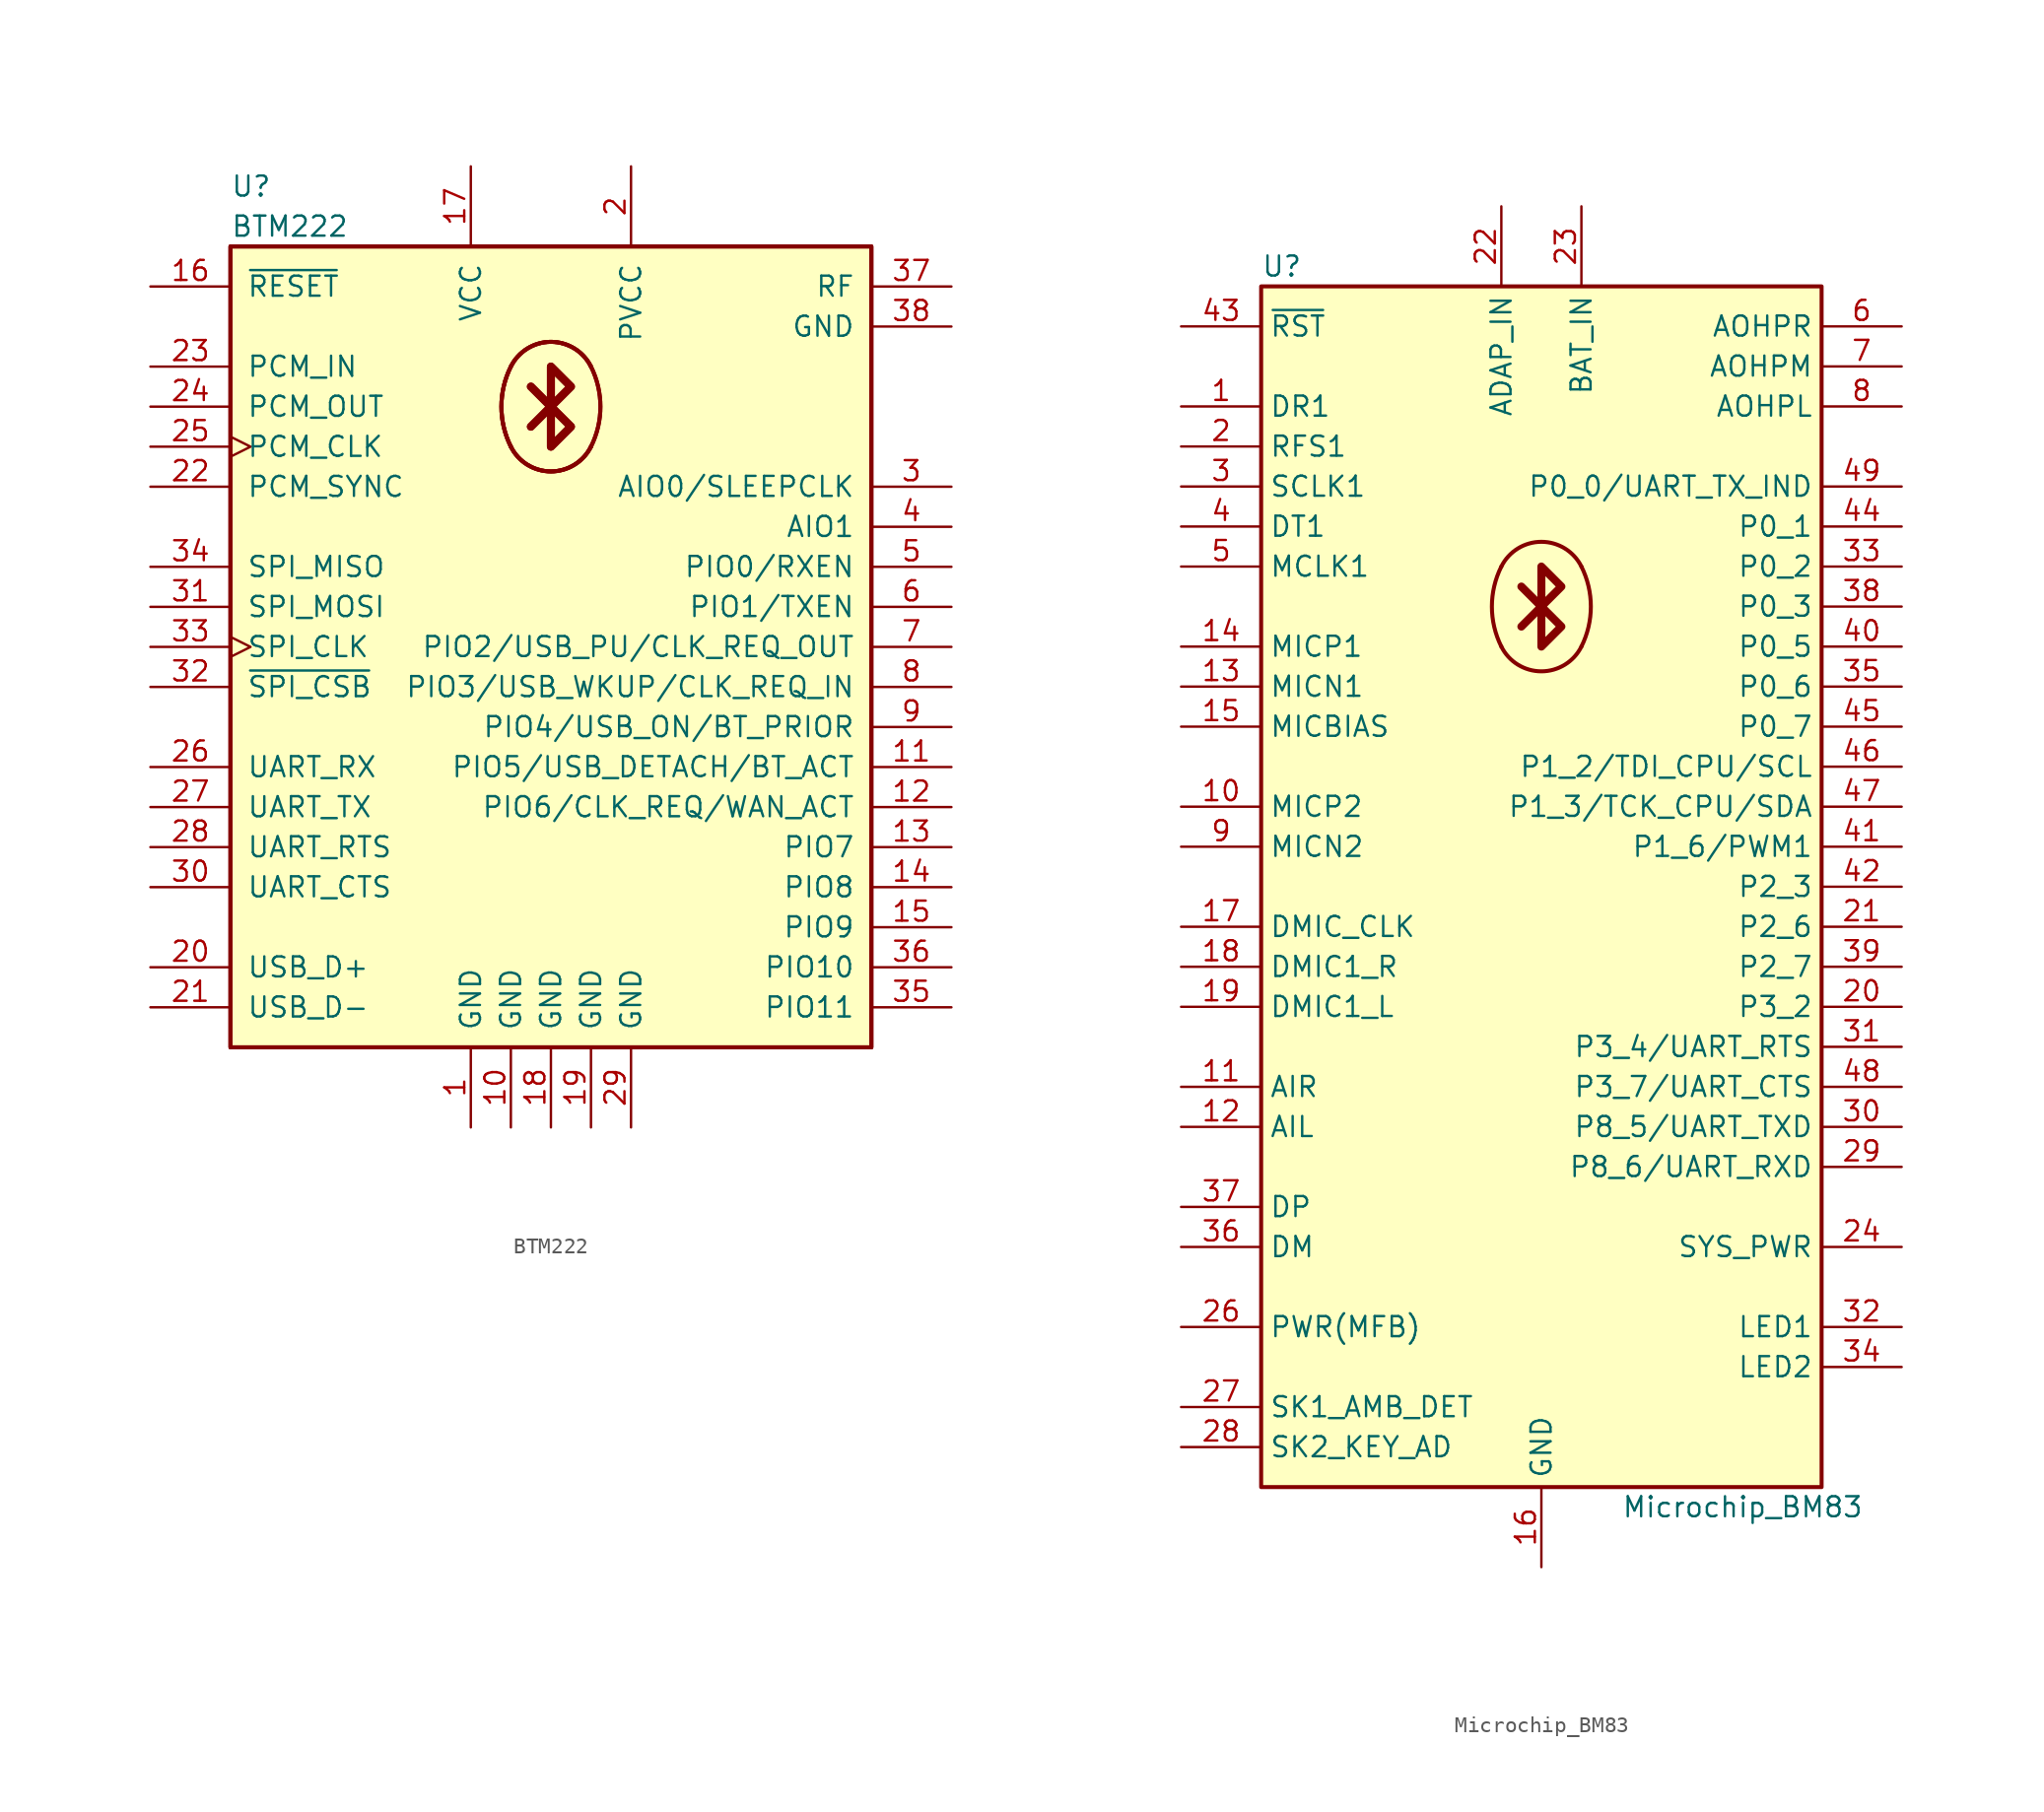
<source format=kicad_sym>
(kicad_symbol_lib
  (version 20241209)
  (generator "kicad_symbol_editor")
  (generator_version "9.0")
  (symbol "BTM222"
    (pin_names
      (offset 1.016))
    (property "Reference" "U"
      (at -20.32 29.21 0)
      (effects (font (size 1.27 1.27)) (justify left)))
    (property "Value" "BTM222"
      (at -20.32 26.67 0)
      (effects (font (size 1.27 1.27)) (justify left)))
    (symbol "BTM222_0_1"
      (rectangle (start -20.32 25.4) (end 20.32 -25.4) (stroke (width 0.254) (type default)) (fill (type background)))
      (rectangle (start -20.32 25.4) (end 20.32 -25.4) (stroke (width 0.254) (type default)) (fill (type background)))
      (rectangle (start -20.32 25.4) (end 20.32 -25.4) (stroke (width 0.254) (type default)) (fill (type background)))
      (arc (start 2.54 17.78) (mid 3.1396 15.24) (end 2.54 12.7) (stroke (width 0.254) (type default)) (fill (type background)))
      (arc (start 2.54 17.78) (mid 3.1396 15.24) (end 2.54 12.7) (stroke (width 0.254) (type default)) (fill (type background)))
      (polyline (pts (xy 0 17.78) (xy 1.27 16.51) (xy 0 15.24) (xy 1.27 13.97) (xy 0 12.7) (xy 0 17.78)) (stroke (width 0.508) (type default)) (fill (type none)))
      (polyline (pts (xy 0 17.78) (xy 1.27 16.51) (xy 0 15.24) (xy 1.27 13.97) (xy 0 12.7) (xy 0 17.78)) (stroke (width 0.508) (type default)) (fill (type none)))
      (arc (start -2.54 17.78) (mid 0 19.3498) (end 2.54 17.78) (stroke (width 0.254) (type default)) (fill (type background)))
      (arc (start -2.54 17.78) (mid 0 19.3498) (end 2.54 17.78) (stroke (width 0.254) (type default)) (fill (type background)))
      (arc (start -2.54 17.78) (mid 0 19.3498) (end 2.54 17.78) (stroke (width 0.254) (type default)) (fill (type background)))
      (polyline (pts (xy 0 15.24) (xy -1.27 16.51)) (stroke (width 0.508) (type default)) (fill (type none)))
      (polyline (pts (xy 0 15.24) (xy -1.27 16.51)) (stroke (width 0.508) (type default)) (fill (type none)))
      (polyline (pts (xy 0 15.24) (xy -1.27 13.97)) (stroke (width 0.508) (type default)) (fill (type none)))
      (polyline (pts (xy 0 15.24) (xy -1.27 13.97)) (stroke (width 0.508) (type default)) (fill (type none)))
      (arc (start 2.54 12.7) (mid 0 11.1302) (end -2.54 12.7) (stroke (width 0.254) (type default)) (fill (type background)))
      (arc (start 2.54 12.7) (mid 0 11.1302) (end -2.54 12.7) (stroke (width 0.254) (type default)) (fill (type background)))
      (arc (start 2.54 12.7) (mid 0 11.1302) (end -2.54 12.7) (stroke (width 0.254) (type default)) (fill (type background)))
      (arc (start -2.54 12.7) (mid -3.1396 15.24) (end -2.54 17.78) (stroke (width 0.254) (type default)) (fill (type background)))
      (arc (start -2.54 12.7) (mid -3.1396 15.24) (end -2.54 17.78) (stroke (width 0.254) (type default)) (fill (type background)))
      (arc (start -2.54 12.7) (mid -3.1396 15.24) (end -2.54 17.78) (stroke (width 0.254) (type default)) (fill (type background))))
    (symbol "BTM222_1_1"
      (pin input line (at -25.4 22.86 0) (length 5.08) (name "~{RESET}" (effects (font (size 1.27 1.27)))) (number "16" (effects (font (size 1.27 1.27)))))
      (pin input line (at -25.4 17.78 0) (length 5.08) (name "PCM_IN" (effects (font (size 1.27 1.27)))) (number "23" (effects (font (size 1.27 1.27)))))
      (pin output line (at -25.4 15.24 0) (length 5.08) (name "PCM_OUT" (effects (font (size 1.27 1.27)))) (number "24" (effects (font (size 1.27 1.27)))))
      (pin bidirectional clock (at -25.4 12.7 0) (length 5.08) (name "PCM_CLK" (effects (font (size 1.27 1.27)))) (number "25" (effects (font (size 1.27 1.27)))))
      (pin bidirectional line (at -25.4 10.16 0) (length 5.08) (name "PCM_SYNC" (effects (font (size 1.27 1.27)))) (number "22" (effects (font (size 1.27 1.27)))))
      (pin output line (at -25.4 5.08 0) (length 5.08) (name "SPI_MISO" (effects (font (size 1.27 1.27)))) (number "34" (effects (font (size 1.27 1.27)))))
      (pin input line (at -25.4 2.54 0) (length 5.08) (name "SPI_MOSI" (effects (font (size 1.27 1.27)))) (number "31" (effects (font (size 1.27 1.27)))))
      (pin input clock (at -25.4 0 0) (length 5.08) (name "SPI_CLK" (effects (font (size 1.27 1.27)))) (number "33" (effects (font (size 1.27 1.27)))))
      (pin input line (at -25.4 -2.54 0) (length 5.08) (name "~{SPI_CSB}" (effects (font (size 1.27 1.27)))) (number "32" (effects (font (size 1.27 1.27)))))
      (pin input line (at -25.4 -7.62 0) (length 5.08) (name "UART_RX" (effects (font (size 1.27 1.27)))) (number "26" (effects (font (size 1.27 1.27)))))
      (pin output line (at -25.4 -10.16 0) (length 5.08) (name "UART_TX" (effects (font (size 1.27 1.27)))) (number "27" (effects (font (size 1.27 1.27)))))
      (pin output line (at -25.4 -12.7 0) (length 5.08) (name "UART_RTS" (effects (font (size 1.27 1.27)))) (number "28" (effects (font (size 1.27 1.27)))))
      (pin input line (at -25.4 -15.24 0) (length 5.08) (name "UART_CTS" (effects (font (size 1.27 1.27)))) (number "30" (effects (font (size 1.27 1.27)))))
      (pin bidirectional line (at -25.4 -20.32 0) (length 5.08) (name "USB_D+" (effects (font (size 1.27 1.27)))) (number "20" (effects (font (size 1.27 1.27)))))
      (pin bidirectional line (at -25.4 -22.86 0) (length 5.08) (name "USB_D-" (effects (font (size 1.27 1.27)))) (number "21" (effects (font (size 1.27 1.27)))))
      (pin power_in line (at -5.08 30.48 270) (length 5.08) (name "VCC" (effects (font (size 1.27 1.27)))) (number "17" (effects (font (size 1.27 1.27)))))
      (pin power_in line (at -5.08 -30.48 90) (length 5.08) (name "GND" (effects (font (size 1.27 1.27)))) (number "1" (effects (font (size 1.27 1.27)))))
      (pin power_in line (at -2.54 -30.48 90) (length 5.08) (name "GND" (effects (font (size 1.27 1.27)))) (number "10" (effects (font (size 1.27 1.27)))))
      (pin power_in line (at 0 -30.48 90) (length 5.08) (name "GND" (effects (font (size 1.27 1.27)))) (number "18" (effects (font (size 1.27 1.27)))))
      (pin power_in line (at 2.54 -30.48 90) (length 5.08) (name "GND" (effects (font (size 1.27 1.27)))) (number "19" (effects (font (size 1.27 1.27)))))
      (pin power_in line (at 5.08 30.48 270) (length 5.08) (name "PVCC" (effects (font (size 1.27 1.27)))) (number "2" (effects (font (size 1.27 1.27)))))
      (pin power_in line (at 5.08 -30.48 90) (length 5.08) (name "GND" (effects (font (size 1.27 1.27)))) (number "29" (effects (font (size 1.27 1.27)))))
      (pin passive line (at 25.4 22.86 180) (length 5.08) (name "RF" (effects (font (size 1.27 1.27)))) (number "37" (effects (font (size 1.27 1.27)))))
      (pin power_in line (at 25.4 20.32 180) (length 5.08) (name "GND" (effects (font (size 1.27 1.27)))) (number "38" (effects (font (size 1.27 1.27)))))
      (pin bidirectional line (at 25.4 10.16 180) (length 5.08) (name "AIO0/SLEEPCLK" (effects (font (size 1.27 1.27)))) (number "3" (effects (font (size 1.27 1.27)))))
      (pin bidirectional line (at 25.4 7.62 180) (length 5.08) (name "AIO1" (effects (font (size 1.27 1.27)))) (number "4" (effects (font (size 1.27 1.27)))))
      (pin bidirectional line (at 25.4 5.08 180) (length 5.08) (name "PIO0/RXEN" (effects (font (size 1.27 1.27)))) (number "5" (effects (font (size 1.27 1.27)))))
      (pin bidirectional line (at 25.4 2.54 180) (length 5.08) (name "PIO1/TXEN" (effects (font (size 1.27 1.27)))) (number "6" (effects (font (size 1.27 1.27)))))
      (pin bidirectional line (at 25.4 0 180) (length 5.08) (name "PIO2/USB_PU/CLK_REQ_OUT" (effects (font (size 1.27 1.27)))) (number "7" (effects (font (size 1.27 1.27)))))
      (pin bidirectional line (at 25.4 -2.54 180) (length 5.08) (name "PIO3/USB_WKUP/CLK_REQ_IN" (effects (font (size 1.27 1.27)))) (number "8" (effects (font (size 1.27 1.27)))))
      (pin bidirectional line (at 25.4 -5.08 180) (length 5.08) (name "PIO4/USB_ON/BT_PRIOR" (effects (font (size 1.27 1.27)))) (number "9" (effects (font (size 1.27 1.27)))))
      (pin bidirectional line (at 25.4 -7.62 180) (length 5.08) (name "PIO5/USB_DETACH/BT_ACT" (effects (font (size 1.27 1.27)))) (number "11" (effects (font (size 1.27 1.27)))))
      (pin bidirectional line (at 25.4 -10.16 180) (length 5.08) (name "PIO6/CLK_REQ/WAN_ACT" (effects (font (size 1.27 1.27)))) (number "12" (effects (font (size 1.27 1.27)))))
      (pin bidirectional line (at 25.4 -12.7 180) (length 5.08) (name "PIO7" (effects (font (size 1.27 1.27)))) (number "13" (effects (font (size 1.27 1.27)))))
      (pin bidirectional line (at 25.4 -15.24 180) (length 5.08) (name "PIO8" (effects (font (size 1.27 1.27)))) (number "14" (effects (font (size 1.27 1.27)))))
      (pin bidirectional line (at 25.4 -17.78 180) (length 5.08) (name "PIO9" (effects (font (size 1.27 1.27)))) (number "15" (effects (font (size 1.27 1.27)))))
      (pin bidirectional line (at 25.4 -20.32 180) (length 5.08) (name "PIO10" (effects (font (size 1.27 1.27)))) (number "36" (effects (font (size 1.27 1.27)))))
      (pin bidirectional line (at 25.4 -22.86 180) (length 5.08) (name "PIO11" (effects (font (size 1.27 1.27)))) (number "35" (effects (font (size 1.27 1.27)))))))
  (symbol "Microchip_BM83"
    (property "Reference" "U"
      (at -17.78 39.37 0)
      (effects (font (size 1.27 1.27)) (justify left)))
    (property "Value" "Microchip_BM83"
      (at 5.08 -39.37 0)
      (effects (font (size 1.27 1.27)) (justify left)))
    (symbol "Microchip_BM83_0_1"
      (rectangle (start -17.78 38.1) (end 17.78 -38.1) (stroke (width 0.254) (type default)) (fill (type background)))
      (arc (start 2.5401 20.32) (mid 3.1397 17.78) (end 2.5401 15.24) (stroke (width 0.254) (type default)) (fill (type background)))
      (polyline (pts (xy 0.0001 20.32) (xy 1.27 19.05) (xy 0.0001 17.78) (xy 1.27 16.51) (xy 0.0001 15.24) (xy 0.0001 20.32)) (stroke (width 0.508) (type default)) (fill (type none)))
      (arc (start -2.5399 20.32) (mid 0.0001 21.8898) (end 2.5401 20.32) (stroke (width 0.254) (type default)) (fill (type background)))
      (polyline (pts (xy 0.0001 17.78) (xy -1.27 19.05)) (stroke (width 0.508) (type default)) (fill (type none)))
      (polyline (pts (xy 0.0001 17.78) (xy -1.27 16.51)) (stroke (width 0.508) (type default)) (fill (type none)))
      (arc (start 2.5401 15.24) (mid 0.0001 13.6702) (end -2.5399 15.24) (stroke (width 0.254) (type default)) (fill (type background)))
      (arc (start -2.5399 15.24) (mid -3.1395 17.78) (end -2.5399 20.32) (stroke (width 0.254) (type default)) (fill (type background))))
    (symbol "Microchip_BM83_1_1"
      (pin input line (at -22.86 35.56 0) (length 5.08) (name "~{RST}" (effects (font (size 1.27 1.27)))) (number "43" (effects (font (size 1.27 1.27)))))
      (pin input line (at -22.86 30.48 0) (length 5.08) (name "DR1" (effects (font (size 1.27 1.27)))) (number "1" (effects (font (size 1.27 1.27)))))
      (pin bidirectional line (at -22.86 27.94 0) (length 5.08) (name "RFS1" (effects (font (size 1.27 1.27)))) (number "2" (effects (font (size 1.27 1.27)))))
      (pin bidirectional line (at -22.86 25.4 0) (length 5.08) (name "SCLK1" (effects (font (size 1.27 1.27)))) (number "3" (effects (font (size 1.27 1.27)))))
      (pin output line (at -22.86 22.86 0) (length 5.08) (name "DT1" (effects (font (size 1.27 1.27)))) (number "4" (effects (font (size 1.27 1.27)))))
      (pin output line (at -22.86 20.32 0) (length 5.08) (name "MCLK1" (effects (font (size 1.27 1.27)))) (number "5" (effects (font (size 1.27 1.27)))))
      (pin input line (at -22.86 15.24 0) (length 5.08) (name "MICP1" (effects (font (size 1.27 1.27)))) (number "14" (effects (font (size 1.27 1.27)))))
      (pin input line (at -22.86 12.7 0) (length 5.08) (name "MICN1" (effects (font (size 1.27 1.27)))) (number "13" (effects (font (size 1.27 1.27)))))
      (pin passive line (at -22.86 10.16 0) (length 5.08) (name "MICBIAS" (effects (font (size 1.27 1.27)))) (number "15" (effects (font (size 1.27 1.27)))))
      (pin input line (at -22.86 5.08 0) (length 5.08) (name "MICP2" (effects (font (size 1.27 1.27)))) (number "10" (effects (font (size 1.27 1.27)))))
      (pin input line (at -22.86 2.54 0) (length 5.08) (name "MICN2" (effects (font (size 1.27 1.27)))) (number "9" (effects (font (size 1.27 1.27)))))
      (pin output line (at -22.86 -2.54 0) (length 5.08) (name "DMIC_CLK" (effects (font (size 1.27 1.27)))) (number "17" (effects (font (size 1.27 1.27)))))
      (pin output line (at -22.86 -5.08 0) (length 5.08) (name "DMIC1_R" (effects (font (size 1.27 1.27)))) (number "18" (effects (font (size 1.27 1.27)))))
      (pin output line (at -22.86 -7.62 0) (length 5.08) (name "DMIC1_L" (effects (font (size 1.27 1.27)))) (number "19" (effects (font (size 1.27 1.27)))))
      (pin input line (at -22.86 -12.7 0) (length 5.08) (name "AIR" (effects (font (size 1.27 1.27)))) (number "11" (effects (font (size 1.27 1.27)))))
      (pin input line (at -22.86 -15.24 0) (length 5.08) (name "AIL" (effects (font (size 1.27 1.27)))) (number "12" (effects (font (size 1.27 1.27)))))
      (pin bidirectional line (at -22.86 -20.32 0) (length 5.08) (name "DP" (effects (font (size 1.27 1.27)))) (number "37" (effects (font (size 1.27 1.27)))))
      (pin bidirectional line (at -22.86 -22.86 0) (length 5.08) (name "DM" (effects (font (size 1.27 1.27)))) (number "36" (effects (font (size 1.27 1.27)))))
      (pin input line (at -22.86 -27.94 0) (length 5.08) (name "PWR(MFB)" (effects (font (size 1.27 1.27)))) (number "26" (effects (font (size 1.27 1.27)))))
      (pin input line (at -22.86 -33.02 0) (length 5.08) (name "SK1_AMB_DET" (effects (font (size 1.27 1.27)))) (number "27" (effects (font (size 1.27 1.27)))))
      (pin input line (at -22.86 -35.56 0) (length 5.08) (name "SK2_KEY_AD" (effects (font (size 1.27 1.27)))) (number "28" (effects (font (size 1.27 1.27)))))
      (pin power_in line (at -2.54 43.18 270) (length 5.08) (name "ADAP_IN" (effects (font (size 1.27 1.27)))) (number "22" (effects (font (size 1.27 1.27)))))
      (pin power_in line (at 0 -43.18 90) (length 5.08) (name "GND" (effects (font (size 1.27 1.27)))) (number "16" (effects (font (size 1.27 1.27)))))
      (pin passive line (at 0 -43.18 90) (length 5.08) (hide yes) (name "GND" (effects (font (size 1.27 1.27)))) (number "50" (effects (font (size 1.27 1.27)))))
      (pin passive line (at 0 -43.18 90) (length 5.08) (hide yes) (name "GND" (effects (font (size 1.27 1.27)))) (number "56" (effects (font (size 1.27 1.27)))))
      (pin passive line (at 0 -43.18 90) (length 5.08) (hide yes) (name "GND" (effects (font (size 1.27 1.27)))) (number "57" (effects (font (size 1.27 1.27)))))
      (pin power_in line (at 2.54 43.18 270) (length 5.08) (name "BAT_IN" (effects (font (size 1.27 1.27)))) (number "23" (effects (font (size 1.27 1.27)))))
      (pin no_connect line (at 17.78 -33.02 180) (length 5.08) (hide yes) (name "VDD_IO" (effects (font (size 1.27 1.27)))) (number "25" (effects (font (size 1.27 1.27)))))
      (pin output line (at 22.86 35.56 180) (length 5.08) (name "AOHPR" (effects (font (size 1.27 1.27)))) (number "6" (effects (font (size 1.27 1.27)))))
      (pin output line (at 22.86 33.02 180) (length 5.08) (name "AOHPM" (effects (font (size 1.27 1.27)))) (number "7" (effects (font (size 1.27 1.27)))))
      (pin output line (at 22.86 30.48 180) (length 5.08) (name "AOHPL" (effects (font (size 1.27 1.27)))) (number "8" (effects (font (size 1.27 1.27)))))
      (pin bidirectional line (at 22.86 25.4 180) (length 5.08) (name "P0_0/UART_TX_IND" (effects (font (size 1.27 1.27)))) (number "49" (effects (font (size 1.27 1.27)))))
      (pin bidirectional line (at 22.86 22.86 180) (length 5.08) (name "P0_1" (effects (font (size 1.27 1.27)))) (number "44" (effects (font (size 1.27 1.27)))))
      (pin bidirectional line (at 22.86 20.32 180) (length 5.08) (name "P0_2" (effects (font (size 1.27 1.27)))) (number "33" (effects (font (size 1.27 1.27)))))
      (pin bidirectional line (at 22.86 17.78 180) (length 5.08) (name "P0_3" (effects (font (size 1.27 1.27)))) (number "38" (effects (font (size 1.27 1.27)))))
      (pin bidirectional line (at 22.86 15.24 180) (length 5.08) (name "P0_5" (effects (font (size 1.27 1.27)))) (number "40" (effects (font (size 1.27 1.27)))))
      (pin bidirectional line (at 22.86 12.7 180) (length 5.08) (name "P0_6" (effects (font (size 1.27 1.27)))) (number "35" (effects (font (size 1.27 1.27)))))
      (pin bidirectional line (at 22.86 10.16 180) (length 5.08) (name "P0_7" (effects (font (size 1.27 1.27)))) (number "45" (effects (font (size 1.27 1.27)))))
      (pin bidirectional line (at 22.86 7.62 180) (length 5.08) (name "P1_2/TDI_CPU/SCL" (effects (font (size 1.27 1.27)))) (number "46" (effects (font (size 1.27 1.27)))))
      (pin bidirectional line (at 22.86 5.08 180) (length 5.08) (name "P1_3/TCK_CPU/SDA" (effects (font (size 1.27 1.27)))) (number "47" (effects (font (size 1.27 1.27)))))
      (pin bidirectional line (at 22.86 2.54 180) (length 5.08) (name "P1_6/PWM1" (effects (font (size 1.27 1.27)))) (number "41" (effects (font (size 1.27 1.27)))))
      (pin bidirectional line (at 22.86 0 180) (length 5.08) (name "P2_3" (effects (font (size 1.27 1.27)))) (number "42" (effects (font (size 1.27 1.27)))))
      (pin bidirectional line (at 22.86 -2.54 180) (length 5.08) (name "P2_6" (effects (font (size 1.27 1.27)))) (number "21" (effects (font (size 1.27 1.27)))))
      (pin bidirectional line (at 22.86 -5.08 180) (length 5.08) (name "P2_7" (effects (font (size 1.27 1.27)))) (number "39" (effects (font (size 1.27 1.27)))))
      (pin bidirectional line (at 22.86 -7.62 180) (length 5.08) (name "P3_2" (effects (font (size 1.27 1.27)))) (number "20" (effects (font (size 1.27 1.27)))))
      (pin bidirectional line (at 22.86 -10.16 180) (length 5.08) (name "P3_4/UART_RTS" (effects (font (size 1.27 1.27)))) (number "31" (effects (font (size 1.27 1.27)))))
      (pin bidirectional line (at 22.86 -12.7 180) (length 5.08) (name "P3_7/UART_CTS" (effects (font (size 1.27 1.27)))) (number "48" (effects (font (size 1.27 1.27)))))
      (pin bidirectional line (at 22.86 -15.24 180) (length 5.08) (name "P8_5/UART_TXD" (effects (font (size 1.27 1.27)))) (number "30" (effects (font (size 1.27 1.27)))))
      (pin bidirectional line (at 22.86 -17.78 180) (length 5.08) (name "P8_6/UART_RXD" (effects (font (size 1.27 1.27)))) (number "29" (effects (font (size 1.27 1.27)))))
      (pin power_out line (at 22.86 -22.86 180) (length 5.08) (name "SYS_PWR" (effects (font (size 1.27 1.27)))) (number "24" (effects (font (size 1.27 1.27)))))
      (pin input line (at 22.86 -27.94 180) (length 5.08) (name "LED1" (effects (font (size 1.27 1.27)))) (number "32" (effects (font (size 1.27 1.27)))))
      (pin input line (at 22.86 -30.48 180) (length 5.08) (name "LED2" (effects (font (size 1.27 1.27)))) (number "34" (effects (font (size 1.27 1.27))))))))
</source>
